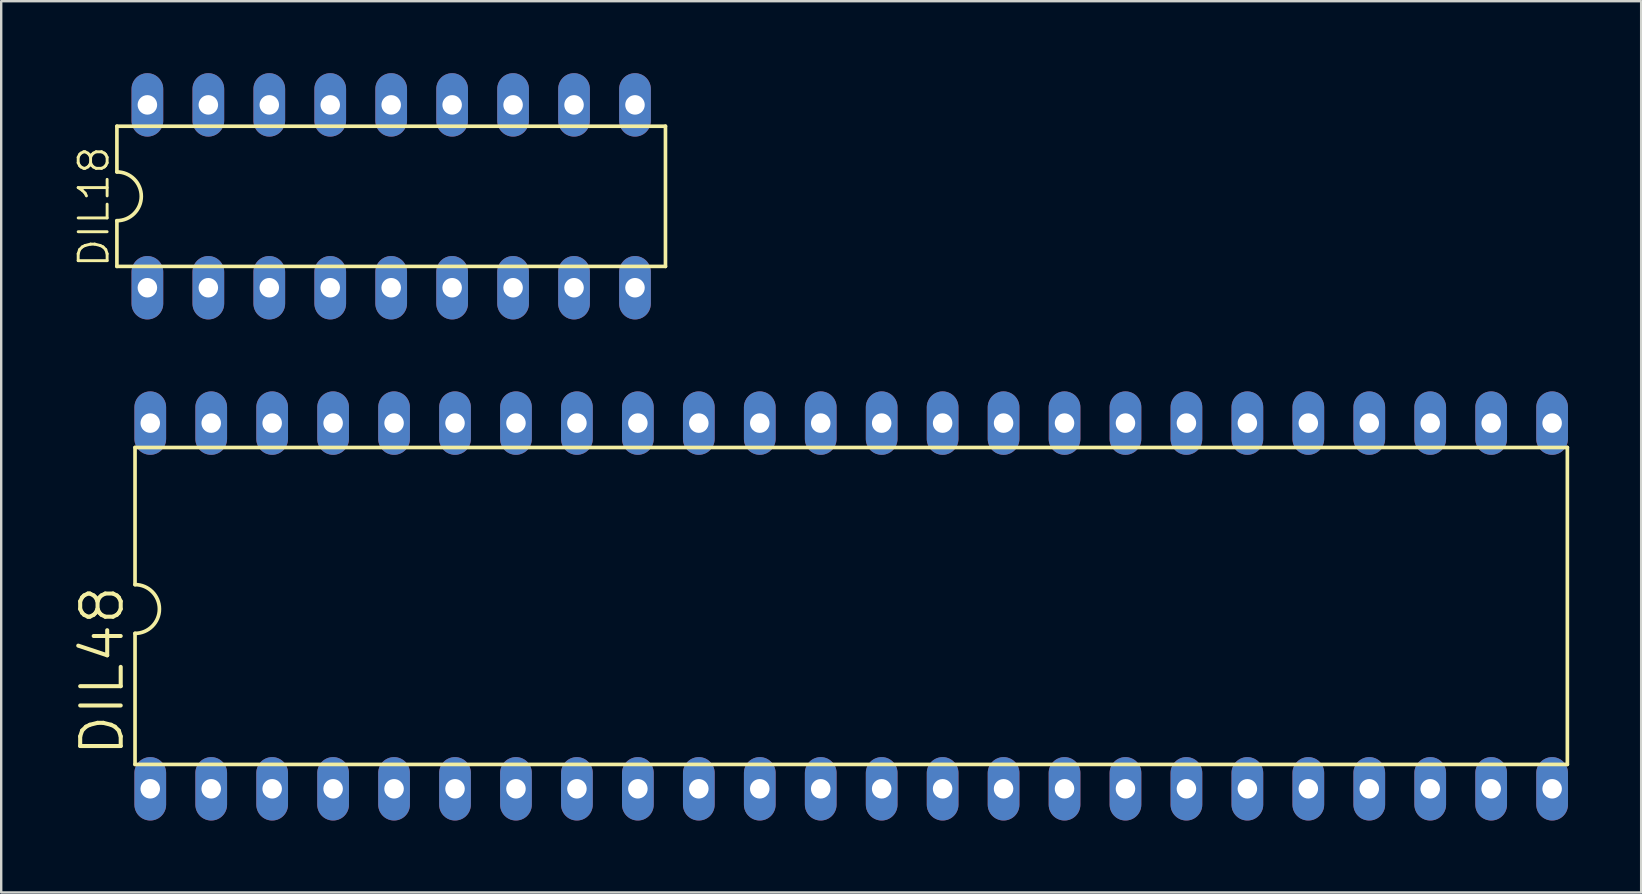
<source format=kicad_pcb>
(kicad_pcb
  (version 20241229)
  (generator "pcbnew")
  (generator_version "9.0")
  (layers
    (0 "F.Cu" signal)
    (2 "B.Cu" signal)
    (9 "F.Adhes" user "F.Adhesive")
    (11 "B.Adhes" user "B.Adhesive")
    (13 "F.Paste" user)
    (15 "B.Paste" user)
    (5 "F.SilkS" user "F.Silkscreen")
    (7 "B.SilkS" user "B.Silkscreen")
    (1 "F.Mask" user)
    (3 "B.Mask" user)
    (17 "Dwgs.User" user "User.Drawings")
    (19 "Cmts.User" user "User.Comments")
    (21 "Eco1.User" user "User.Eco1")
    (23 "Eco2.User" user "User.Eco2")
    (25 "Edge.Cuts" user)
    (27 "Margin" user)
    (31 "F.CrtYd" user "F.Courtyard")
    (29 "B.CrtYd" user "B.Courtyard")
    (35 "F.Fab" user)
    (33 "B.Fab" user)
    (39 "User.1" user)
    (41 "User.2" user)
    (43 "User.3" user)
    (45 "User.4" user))
  (footprint "DIL48"
    (layer "F.Cu")
    (at 32.422 22.202)
    (property "Reference" "DIL48" (at -30.226 6.35 90) (layer "F.SilkS") (effects (font (size 1.689 1.689) (thickness 0.169)) (justify left bottom)))
    (attr through_hole)
    (fp_line (start -29.845 -6.604) (end -29.845 -0.889) (stroke (width 0.152) (type solid)) (layer "F.SilkS"))
    (fp_line (start -29.845 6.604) (end -29.845 1.143) (stroke (width 0.152) (type solid)) (layer "F.SilkS"))
    (fp_line (start -29.845 6.604) (end 29.845 6.604) (stroke (width 0.152) (type solid)) (layer "F.SilkS"))
    (fp_line (start 29.845 -6.604) (end -29.845 -6.604) (stroke (width 0.152) (type solid)) (layer "F.SilkS"))
    (fp_line (start 29.845 6.604) (end 29.845 -6.604) (stroke (width 0.152) (type solid)) (layer "F.SilkS"))
    (fp_arc (start -29.845 -0.889) (mid -28.829 0.127) (end -29.845 1.143) (stroke (width 0.1524) (type solid)) (layer "F.SilkS"))
    (pad "1" thru_hole oval (at -29.21 7.62 90) (size 2.642 1.321) (drill 0.813) (layers "*.Cu" "*.Mask"))
    (pad "2" thru_hole oval (at -26.67 7.62 90) (size 2.642 1.321) (drill 0.813) (layers "*.Cu" "*.Mask"))
    (pad "3" thru_hole oval (at -24.13 7.62 90) (size 2.642 1.321) (drill 0.813) (layers "*.Cu" "*.Mask"))
    (pad "4" thru_hole oval (at -21.59 7.62 90) (size 2.642 1.321) (drill 0.813) (layers "*.Cu" "*.Mask"))
    (pad "5" thru_hole oval (at -19.05 7.62 90) (size 2.642 1.321) (drill 0.813) (layers "*.Cu" "*.Mask"))
    (pad "6" thru_hole oval (at -16.51 7.62 90) (size 2.642 1.321) (drill 0.813) (layers "*.Cu" "*.Mask"))
    (pad "7" thru_hole oval (at -13.97 7.62 90) (size 2.642 1.321) (drill 0.813) (layers "*.Cu" "*.Mask"))
    (pad "8" thru_hole oval (at -11.43 7.62 90) (size 2.642 1.321) (drill 0.813) (layers "*.Cu" "*.Mask"))
    (pad "9" thru_hole oval (at -8.89 7.62 90) (size 2.642 1.321) (drill 0.813) (layers "*.Cu" "*.Mask"))
    (pad "10" thru_hole oval (at -6.35 7.62 90) (size 2.642 1.321) (drill 0.813) (layers "*.Cu" "*.Mask"))
    (pad "11" thru_hole oval (at -3.81 7.62 90) (size 2.642 1.321) (drill 0.813) (layers "*.Cu" "*.Mask"))
    (pad "12" thru_hole oval (at -1.27 7.62 90) (size 2.642 1.321) (drill 0.813) (layers "*.Cu" "*.Mask"))
    (pad "13" thru_hole oval (at 1.27 7.62 90) (size 2.642 1.321) (drill 0.813) (layers "*.Cu" "*.Mask"))
    (pad "14" thru_hole oval (at 3.81 7.62 90) (size 2.642 1.321) (drill 0.813) (layers "*.Cu" "*.Mask"))
    (pad "15" thru_hole oval (at 6.35 7.62 90) (size 2.642 1.321) (drill 0.813) (layers "*.Cu" "*.Mask"))
    (pad "16" thru_hole oval (at 8.89 7.62 90) (size 2.642 1.321) (drill 0.813) (layers "*.Cu" "*.Mask"))
    (pad "17" thru_hole oval (at 11.43 7.62 90) (size 2.642 1.321) (drill 0.813) (layers "*.Cu" "*.Mask"))
    (pad "18" thru_hole oval (at 13.97 7.62 90) (size 2.642 1.321) (drill 0.813) (layers "*.Cu" "*.Mask"))
    (pad "19" thru_hole oval (at 16.51 7.62 90) (size 2.642 1.321) (drill 0.813) (layers "*.Cu" "*.Mask"))
    (pad "20" thru_hole oval (at 19.05 7.62 90) (size 2.642 1.321) (drill 0.813) (layers "*.Cu" "*.Mask"))
    (pad "21" thru_hole oval (at 21.59 7.62 90) (size 2.642 1.321) (drill 0.813) (layers "*.Cu" "*.Mask"))
    (pad "22" thru_hole oval (at 24.13 7.62 90) (size 2.642 1.321) (drill 0.813) (layers "*.Cu" "*.Mask"))
    (pad "23" thru_hole oval (at 26.67 7.62 90) (size 2.642 1.321) (drill 0.813) (layers "*.Cu" "*.Mask"))
    (pad "24" thru_hole oval (at 29.21 7.62 90) (size 2.642 1.321) (drill 0.813) (layers "*.Cu" "*.Mask"))
    (pad "25" thru_hole oval (at 29.21 -7.62 90) (size 2.642 1.321) (drill 0.813) (layers "*.Cu" "*.Mask"))
    (pad "26" thru_hole oval (at 26.67 -7.62 90) (size 2.642 1.321) (drill 0.813) (layers "*.Cu" "*.Mask"))
    (pad "27" thru_hole oval (at 24.13 -7.62 90) (size 2.642 1.321) (drill 0.813) (layers "*.Cu" "*.Mask"))
    (pad "28" thru_hole oval (at 21.59 -7.62 90) (size 2.642 1.321) (drill 0.813) (layers "*.Cu" "*.Mask"))
    (pad "29" thru_hole oval (at 19.05 -7.62 90) (size 2.642 1.321) (drill 0.813) (layers "*.Cu" "*.Mask"))
    (pad "30" thru_hole oval (at 16.51 -7.62 90) (size 2.642 1.321) (drill 0.813) (layers "*.Cu" "*.Mask"))
    (pad "31" thru_hole oval (at 13.97 -7.62 90) (size 2.642 1.321) (drill 0.813) (layers "*.Cu" "*.Mask"))
    (pad "32" thru_hole oval (at 11.43 -7.62 90) (size 2.642 1.321) (drill 0.813) (layers "*.Cu" "*.Mask"))
    (pad "33" thru_hole oval (at 8.89 -7.62 90) (size 2.642 1.321) (drill 0.813) (layers "*.Cu" "*.Mask"))
    (pad "34" thru_hole oval (at 6.35 -7.62 90) (size 2.642 1.321) (drill 0.813) (layers "*.Cu" "*.Mask"))
    (pad "35" thru_hole oval (at 3.81 -7.62 90) (size 2.642 1.321) (drill 0.813) (layers "*.Cu" "*.Mask"))
    (pad "36" thru_hole oval (at 1.27 -7.62 90) (size 2.642 1.321) (drill 0.813) (layers "*.Cu" "*.Mask"))
    (pad "37" thru_hole oval (at -1.27 -7.62 90) (size 2.642 1.321) (drill 0.813) (layers "*.Cu" "*.Mask"))
    (pad "38" thru_hole oval (at -3.81 -7.62 90) (size 2.642 1.321) (drill 0.813) (layers "*.Cu" "*.Mask"))
    (pad "39" thru_hole oval (at -6.35 -7.62 90) (size 2.642 1.321) (drill 0.813) (layers "*.Cu" "*.Mask"))
    (pad "40" thru_hole oval (at -8.89 -7.62 90) (size 2.642 1.321) (drill 0.813) (layers "*.Cu" "*.Mask"))
    (pad "41" thru_hole oval (at -11.43 -7.62 90) (size 2.642 1.321) (drill 0.813) (layers "*.Cu" "*.Mask"))
    (pad "42" thru_hole oval (at -13.97 -7.62 90) (size 2.642 1.321) (drill 0.813) (layers "*.Cu" "*.Mask"))
    (pad "43" thru_hole oval (at -16.51 -7.62 90) (size 2.642 1.321) (drill 0.813) (layers "*.Cu" "*.Mask"))
    (pad "44" thru_hole oval (at -19.05 -7.62 90) (size 2.642 1.321) (drill 0.813) (layers "*.Cu" "*.Mask"))
    (pad "45" thru_hole oval (at -21.59 -7.62 90) (size 2.642 1.321) (drill 0.813) (layers "*.Cu" "*.Mask"))
    (pad "46" thru_hole oval (at -24.13 -7.62 90) (size 2.642 1.321) (drill 0.813) (layers "*.Cu" "*.Mask"))
    (pad "47" thru_hole oval (at -26.67 -7.62 90) (size 2.642 1.321) (drill 0.813) (layers "*.Cu" "*.Mask"))
    (pad "48" thru_hole oval (at -29.21 -7.62 90) (size 2.642 1.321) (drill 0.813) (layers "*.Cu" "*.Mask")))
  (footprint "DIL18"
    (layer "F.Cu")
    (at 13.252 5.131)
    (property "Reference" "DIL18" (at -11.684 3.048 90) (layer "F.SilkS") (effects (font (size 1.206 1.206) (thickness 0.121)) (justify left bottom)))
    (attr through_hole)
    (fp_line (start -11.43 -2.921) (end -11.43 -1.016) (stroke (width 0.152) (type solid)) (layer "F.SilkS"))
    (fp_line (start -11.43 2.921) (end -11.43 1.016) (stroke (width 0.152) (type solid)) (layer "F.SilkS"))
    (fp_line (start -11.43 2.921) (end 11.43 2.921) (stroke (width 0.152) (type solid)) (layer "F.SilkS"))
    (fp_line (start 11.43 -2.921) (end -11.43 -2.921) (stroke (width 0.152) (type solid)) (layer "F.SilkS"))
    (fp_line (start 11.43 -2.921) (end 11.43 2.921) (stroke (width 0.152) (type solid)) (layer "F.SilkS"))
    (fp_arc (start -11.43 -1.016) (mid -10.414 0) (end -11.43 1.016) (stroke (width 0.1524) (type solid)) (layer "F.SilkS"))
    (pad "1" thru_hole oval (at -10.16 3.81 90) (size 2.642 1.321) (drill 0.813) (layers "*.Cu" "*.Mask"))
    (pad "2" thru_hole oval (at -7.62 3.81 90) (size 2.642 1.321) (drill 0.813) (layers "*.Cu" "*.Mask"))
    (pad "3" thru_hole oval (at -5.08 3.81 90) (size 2.642 1.321) (drill 0.813) (layers "*.Cu" "*.Mask"))
    (pad "4" thru_hole oval (at -2.54 3.81 90) (size 2.642 1.321) (drill 0.813) (layers "*.Cu" "*.Mask"))
    (pad "5" thru_hole oval (at 0 3.81 90) (size 2.642 1.321) (drill 0.813) (layers "*.Cu" "*.Mask"))
    (pad "6" thru_hole oval (at 2.54 3.81 90) (size 2.642 1.321) (drill 0.813) (layers "*.Cu" "*.Mask"))
    (pad "7" thru_hole oval (at 5.08 3.81 90) (size 2.642 1.321) (drill 0.813) (layers "*.Cu" "*.Mask"))
    (pad "8" thru_hole oval (at 7.62 3.81 90) (size 2.642 1.321) (drill 0.813) (layers "*.Cu" "*.Mask"))
    (pad "9" thru_hole oval (at 10.16 3.81 90) (size 2.642 1.321) (drill 0.813) (layers "*.Cu" "*.Mask"))
    (pad "10" thru_hole oval (at 10.16 -3.81 90) (size 2.642 1.321) (drill 0.813) (layers "*.Cu" "*.Mask"))
    (pad "11" thru_hole oval (at 7.62 -3.81 90) (size 2.642 1.321) (drill 0.813) (layers "*.Cu" "*.Mask"))
    (pad "12" thru_hole oval (at 5.08 -3.81 90) (size 2.642 1.321) (drill 0.813) (layers "*.Cu" "*.Mask"))
    (pad "13" thru_hole oval (at 2.54 -3.81 90) (size 2.642 1.321) (drill 0.813) (layers "*.Cu" "*.Mask"))
    (pad "14" thru_hole oval (at 0 -3.81 90) (size 2.642 1.321) (drill 0.813) (layers "*.Cu" "*.Mask"))
    (pad "15" thru_hole oval (at -2.54 -3.81 90) (size 2.642 1.321) (drill 0.813) (layers "*.Cu" "*.Mask"))
    (pad "16" thru_hole oval (at -5.08 -3.81 90) (size 2.642 1.321) (drill 0.813) (layers "*.Cu" "*.Mask"))
    (pad "17" thru_hole oval (at -7.62 -3.81 90) (size 2.642 1.321) (drill 0.813) (layers "*.Cu" "*.Mask"))
    (pad "18" thru_hole oval (at -10.16 -3.81 90) (size 2.642 1.321) (drill 0.813) (layers "*.Cu" "*.Mask")))
  (gr_rect
    (start -3 -3)
    (end 65.343 34.143)
    (stroke (width 0.1) (type default))
    (fill no)
    (layer "Edge.Cuts")))
</source>
